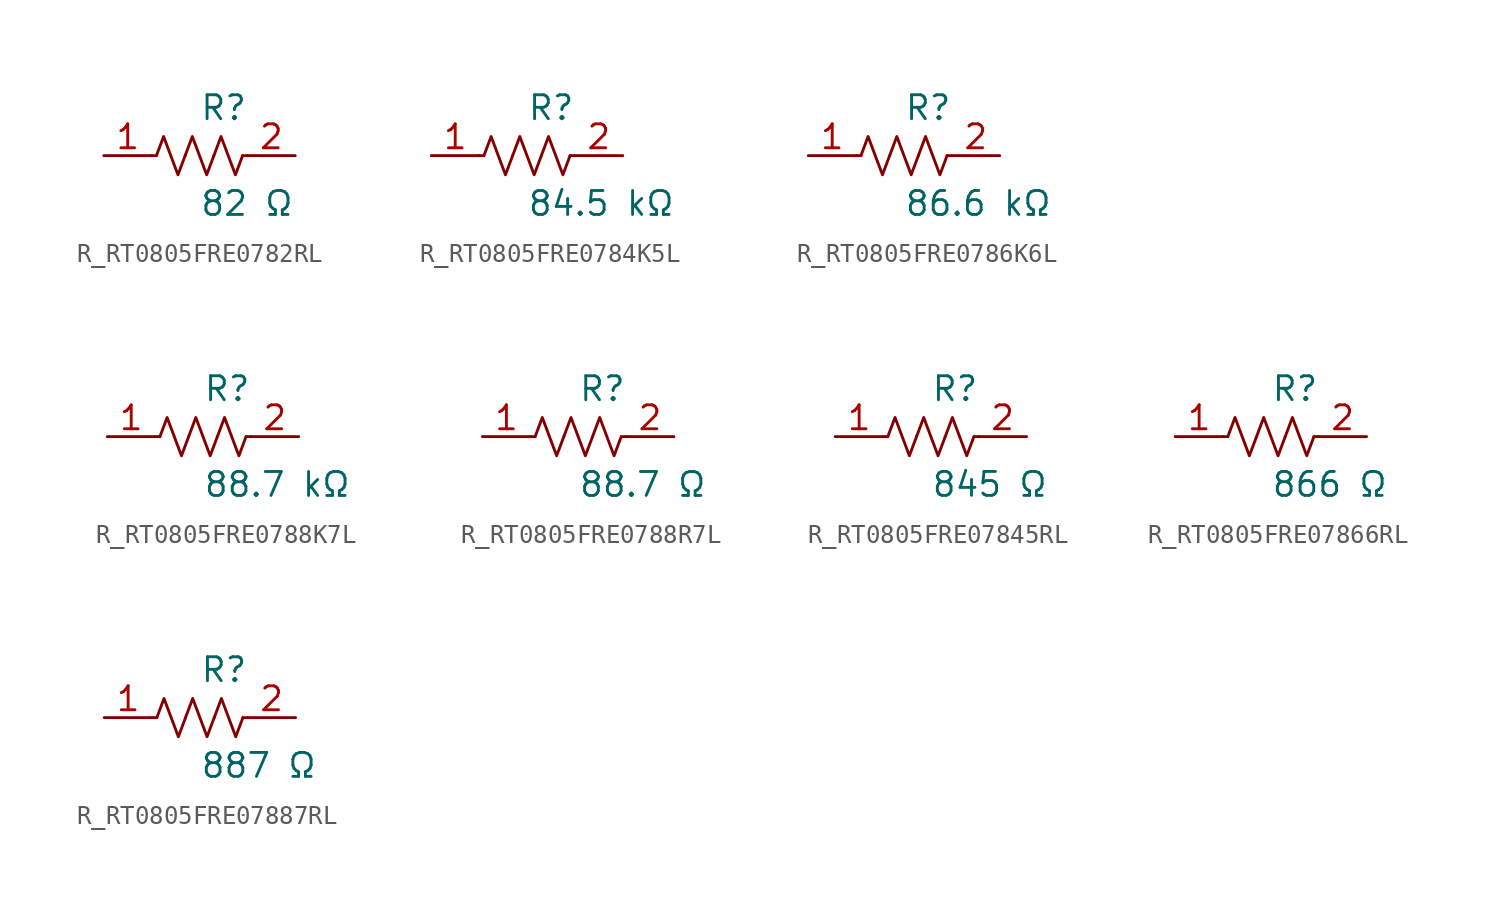
<source format=kicad_sym>
(kicad_symbol_lib
  (version 20231120)
  (generator kicad_symbol_editor)
  (generator_version 8.0)
  (symbol "R_RT0805FRE0782RL"
    (pin_names
      (offset 0.254))
    (property "Reference" "R"
      (at 0 2.54 0)
      (effects (font (size 1.27 1.27)) (justify left)))
    (property "Value" "82 Ω"
      (at 0 -2.54 0)
      (effects (font (size 1.27 1.27)) (justify left)))
    (symbol "R_RT0805FRE0782RL_0_1"
      (polyline (pts (xy 2.286 0) (xy 2.54 0)) (stroke (width 0) (type default)) (fill (type none)))
      (polyline (pts (xy -2.286 0) (xy -2.54 0)) (stroke (width 0) (type default)) (fill (type none)))
      (polyline (pts (xy 0.762 0) (xy 1.143 1.016) (xy 1.524 0) (xy 1.905 -1.016) (xy 2.286 0)) (stroke (width 0) (type default)) (fill (type none)))
      (polyline (pts (xy -0.762 0) (xy -0.381 1.016) (xy 0 0) (xy 0.381 -1.016) (xy 0.762 0)) (stroke (width 0) (type default)) (fill (type none)))
      (polyline (pts (xy -2.286 0) (xy -1.905 1.016) (xy -1.524 0) (xy -1.143 -1.016) (xy -0.762 0)) (stroke (width 0) (type default)) (fill (type none))))
    (pin passive line
      (at -5.08 0 0)
      (length 2.54)
      (name "" (effects (font (size 1.27 1.27))))
      (number "1" (effects (font (size 1.27 1.27)))))
    (pin passive line
      (at 5.08 0 180)
      (length 2.54)
      (name "" (effects (font (size 1.27 1.27))))
      (number "2" (effects (font (size 1.27 1.27))))))
  (symbol "R_RT0805FRE0784K5L"
    (pin_names
      (offset 0.254))
    (property "Reference" "R"
      (at 0 2.54 0)
      (effects (font (size 1.27 1.27)) (justify left)))
    (property "Value" "84.5 kΩ"
      (at 0 -2.54 0)
      (effects (font (size 1.27 1.27)) (justify left)))
    (symbol "R_RT0805FRE0784K5L_0_1"
      (polyline (pts (xy 2.286 0) (xy 2.54 0)) (stroke (width 0) (type default)) (fill (type none)))
      (polyline (pts (xy -2.286 0) (xy -2.54 0)) (stroke (width 0) (type default)) (fill (type none)))
      (polyline (pts (xy 0.762 0) (xy 1.143 1.016) (xy 1.524 0) (xy 1.905 -1.016) (xy 2.286 0)) (stroke (width 0) (type default)) (fill (type none)))
      (polyline (pts (xy -0.762 0) (xy -0.381 1.016) (xy 0 0) (xy 0.381 -1.016) (xy 0.762 0)) (stroke (width 0) (type default)) (fill (type none)))
      (polyline (pts (xy -2.286 0) (xy -1.905 1.016) (xy -1.524 0) (xy -1.143 -1.016) (xy -0.762 0)) (stroke (width 0) (type default)) (fill (type none))))
    (pin passive line
      (at -5.08 0 0)
      (length 2.54)
      (name "" (effects (font (size 1.27 1.27))))
      (number "1" (effects (font (size 1.27 1.27)))))
    (pin passive line
      (at 5.08 0 180)
      (length 2.54)
      (name "" (effects (font (size 1.27 1.27))))
      (number "2" (effects (font (size 1.27 1.27))))))
  (symbol "R_RT0805FRE0786K6L"
    (pin_names
      (offset 0.254))
    (property "Reference" "R"
      (at 0 2.54 0)
      (effects (font (size 1.27 1.27)) (justify left)))
    (property "Value" "86.6 kΩ"
      (at 0 -2.54 0)
      (effects (font (size 1.27 1.27)) (justify left)))
    (symbol "R_RT0805FRE0786K6L_0_1"
      (polyline (pts (xy 2.286 0) (xy 2.54 0)) (stroke (width 0) (type default)) (fill (type none)))
      (polyline (pts (xy -2.286 0) (xy -2.54 0)) (stroke (width 0) (type default)) (fill (type none)))
      (polyline (pts (xy 0.762 0) (xy 1.143 1.016) (xy 1.524 0) (xy 1.905 -1.016) (xy 2.286 0)) (stroke (width 0) (type default)) (fill (type none)))
      (polyline (pts (xy -0.762 0) (xy -0.381 1.016) (xy 0 0) (xy 0.381 -1.016) (xy 0.762 0)) (stroke (width 0) (type default)) (fill (type none)))
      (polyline (pts (xy -2.286 0) (xy -1.905 1.016) (xy -1.524 0) (xy -1.143 -1.016) (xy -0.762 0)) (stroke (width 0) (type default)) (fill (type none))))
    (pin passive line
      (at -5.08 0 0)
      (length 2.54)
      (name "" (effects (font (size 1.27 1.27))))
      (number "1" (effects (font (size 1.27 1.27)))))
    (pin passive line
      (at 5.08 0 180)
      (length 2.54)
      (name "" (effects (font (size 1.27 1.27))))
      (number "2" (effects (font (size 1.27 1.27))))))
  (symbol "R_RT0805FRE0788K7L"
    (pin_names
      (offset 0.254))
    (property "Reference" "R"
      (at 0 2.54 0)
      (effects (font (size 1.27 1.27)) (justify left)))
    (property "Value" "88.7 kΩ"
      (at 0 -2.54 0)
      (effects (font (size 1.27 1.27)) (justify left)))
    (symbol "R_RT0805FRE0788K7L_0_1"
      (polyline (pts (xy 2.286 0) (xy 2.54 0)) (stroke (width 0) (type default)) (fill (type none)))
      (polyline (pts (xy -2.286 0) (xy -2.54 0)) (stroke (width 0) (type default)) (fill (type none)))
      (polyline (pts (xy 0.762 0) (xy 1.143 1.016) (xy 1.524 0) (xy 1.905 -1.016) (xy 2.286 0)) (stroke (width 0) (type default)) (fill (type none)))
      (polyline (pts (xy -0.762 0) (xy -0.381 1.016) (xy 0 0) (xy 0.381 -1.016) (xy 0.762 0)) (stroke (width 0) (type default)) (fill (type none)))
      (polyline (pts (xy -2.286 0) (xy -1.905 1.016) (xy -1.524 0) (xy -1.143 -1.016) (xy -0.762 0)) (stroke (width 0) (type default)) (fill (type none))))
    (pin passive line
      (at -5.08 0 0)
      (length 2.54)
      (name "" (effects (font (size 1.27 1.27))))
      (number "1" (effects (font (size 1.27 1.27)))))
    (pin passive line
      (at 5.08 0 180)
      (length 2.54)
      (name "" (effects (font (size 1.27 1.27))))
      (number "2" (effects (font (size 1.27 1.27))))))
  (symbol "R_RT0805FRE0788R7L"
    (pin_names
      (offset 0.254))
    (property "Reference" "R"
      (at 0 2.54 0)
      (effects (font (size 1.27 1.27)) (justify left)))
    (property "Value" "88.7 Ω"
      (at 0 -2.54 0)
      (effects (font (size 1.27 1.27)) (justify left)))
    (symbol "R_RT0805FRE0788R7L_0_1"
      (polyline (pts (xy 2.286 0) (xy 2.54 0)) (stroke (width 0) (type default)) (fill (type none)))
      (polyline (pts (xy -2.286 0) (xy -2.54 0)) (stroke (width 0) (type default)) (fill (type none)))
      (polyline (pts (xy 0.762 0) (xy 1.143 1.016) (xy 1.524 0) (xy 1.905 -1.016) (xy 2.286 0)) (stroke (width 0) (type default)) (fill (type none)))
      (polyline (pts (xy -0.762 0) (xy -0.381 1.016) (xy 0 0) (xy 0.381 -1.016) (xy 0.762 0)) (stroke (width 0) (type default)) (fill (type none)))
      (polyline (pts (xy -2.286 0) (xy -1.905 1.016) (xy -1.524 0) (xy -1.143 -1.016) (xy -0.762 0)) (stroke (width 0) (type default)) (fill (type none))))
    (pin passive line
      (at -5.08 0 0)
      (length 2.54)
      (name "" (effects (font (size 1.27 1.27))))
      (number "1" (effects (font (size 1.27 1.27)))))
    (pin passive line
      (at 5.08 0 180)
      (length 2.54)
      (name "" (effects (font (size 1.27 1.27))))
      (number "2" (effects (font (size 1.27 1.27))))))
  (symbol "R_RT0805FRE07845RL"
    (pin_names
      (offset 0.254))
    (property "Reference" "R"
      (at 0 2.54 0)
      (effects (font (size 1.27 1.27)) (justify left)))
    (property "Value" "845 Ω"
      (at 0 -2.54 0)
      (effects (font (size 1.27 1.27)) (justify left)))
    (symbol "R_RT0805FRE07845RL_0_1"
      (polyline (pts (xy 2.286 0) (xy 2.54 0)) (stroke (width 0) (type default)) (fill (type none)))
      (polyline (pts (xy -2.286 0) (xy -2.54 0)) (stroke (width 0) (type default)) (fill (type none)))
      (polyline (pts (xy 0.762 0) (xy 1.143 1.016) (xy 1.524 0) (xy 1.905 -1.016) (xy 2.286 0)) (stroke (width 0) (type default)) (fill (type none)))
      (polyline (pts (xy -0.762 0) (xy -0.381 1.016) (xy 0 0) (xy 0.381 -1.016) (xy 0.762 0)) (stroke (width 0) (type default)) (fill (type none)))
      (polyline (pts (xy -2.286 0) (xy -1.905 1.016) (xy -1.524 0) (xy -1.143 -1.016) (xy -0.762 0)) (stroke (width 0) (type default)) (fill (type none))))
    (pin passive line
      (at -5.08 0 0)
      (length 2.54)
      (name "" (effects (font (size 1.27 1.27))))
      (number "1" (effects (font (size 1.27 1.27)))))
    (pin passive line
      (at 5.08 0 180)
      (length 2.54)
      (name "" (effects (font (size 1.27 1.27))))
      (number "2" (effects (font (size 1.27 1.27))))))
  (symbol "R_RT0805FRE07866RL"
    (pin_names
      (offset 0.254))
    (property "Reference" "R"
      (at 0 2.54 0)
      (effects (font (size 1.27 1.27)) (justify left)))
    (property "Value" "866 Ω"
      (at 0 -2.54 0)
      (effects (font (size 1.27 1.27)) (justify left)))
    (symbol "R_RT0805FRE07866RL_0_1"
      (polyline (pts (xy 2.286 0) (xy 2.54 0)) (stroke (width 0) (type default)) (fill (type none)))
      (polyline (pts (xy -2.286 0) (xy -2.54 0)) (stroke (width 0) (type default)) (fill (type none)))
      (polyline (pts (xy 0.762 0) (xy 1.143 1.016) (xy 1.524 0) (xy 1.905 -1.016) (xy 2.286 0)) (stroke (width 0) (type default)) (fill (type none)))
      (polyline (pts (xy -0.762 0) (xy -0.381 1.016) (xy 0 0) (xy 0.381 -1.016) (xy 0.762 0)) (stroke (width 0) (type default)) (fill (type none)))
      (polyline (pts (xy -2.286 0) (xy -1.905 1.016) (xy -1.524 0) (xy -1.143 -1.016) (xy -0.762 0)) (stroke (width 0) (type default)) (fill (type none))))
    (pin passive line
      (at -5.08 0 0)
      (length 2.54)
      (name "" (effects (font (size 1.27 1.27))))
      (number "1" (effects (font (size 1.27 1.27)))))
    (pin passive line
      (at 5.08 0 180)
      (length 2.54)
      (name "" (effects (font (size 1.27 1.27))))
      (number "2" (effects (font (size 1.27 1.27))))))
  (symbol "R_RT0805FRE07887RL"
    (pin_names
      (offset 0.254))
    (property "Reference" "R"
      (at 0 2.54 0)
      (effects (font (size 1.27 1.27)) (justify left)))
    (property "Value" "887 Ω"
      (at 0 -2.54 0)
      (effects (font (size 1.27 1.27)) (justify left)))
    (symbol "R_RT0805FRE07887RL_0_1"
      (polyline (pts (xy 2.286 0) (xy 2.54 0)) (stroke (width 0) (type default)) (fill (type none)))
      (polyline (pts (xy -2.286 0) (xy -2.54 0)) (stroke (width 0) (type default)) (fill (type none)))
      (polyline (pts (xy 0.762 0) (xy 1.143 1.016) (xy 1.524 0) (xy 1.905 -1.016) (xy 2.286 0)) (stroke (width 0) (type default)) (fill (type none)))
      (polyline (pts (xy -0.762 0) (xy -0.381 1.016) (xy 0 0) (xy 0.381 -1.016) (xy 0.762 0)) (stroke (width 0) (type default)) (fill (type none)))
      (polyline (pts (xy -2.286 0) (xy -1.905 1.016) (xy -1.524 0) (xy -1.143 -1.016) (xy -0.762 0)) (stroke (width 0) (type default)) (fill (type none))))
    (pin passive line
      (at -5.08 0 0)
      (length 2.54)
      (name "" (effects (font (size 1.27 1.27))))
      (number "1" (effects (font (size 1.27 1.27)))))
    (pin passive line
      (at 5.08 0 180)
      (length 2.54)
      (name "" (effects (font (size 1.27 1.27))))
      (number "2" (effects (font (size 1.27 1.27)))))))
</source>
